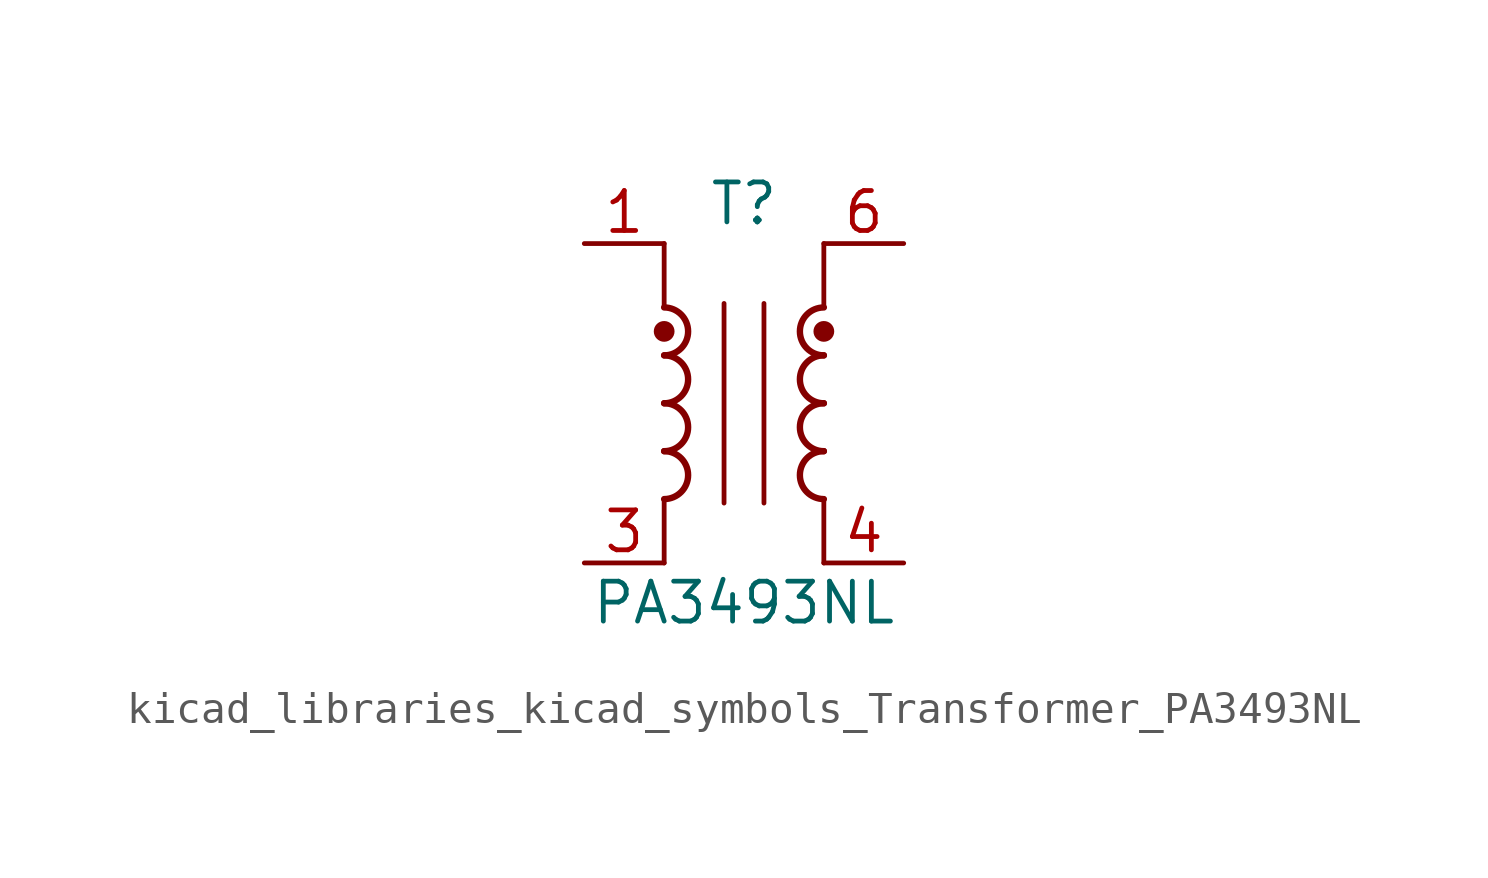
<source format=kicad_sym>
(kicad_symbol_lib
  (version 20220914)
  (generator kicad_symbol_editor)
  (symbol "kicad_libraries_kicad_symbols_Transformer_PA3493NL"
    (pin_names hide)
    (property "Reference" "T"
      (at 0 6.35 0)
      (effects (font (size 1.27 1.27))))
    (property "Value" "PA3493NL"
      (at 0 -6.35 0)
      (effects (font (size 1.27 1.27))))
    (symbol "kicad_libraries_kicad_symbols_Transformer_PA3493NL_0_1"
      (arc (start -2.54 -3.048) (mid -1.7813 -2.286) (end -2.54 -1.524) (stroke (width 0.2032) (type default)) (fill (type none)))
      (arc (start -2.54 -1.524) (mid -1.7813 -0.762) (end -2.54 0) (stroke (width 0.2032) (type default)) (fill (type none)))
      (arc (start -2.54 0) (mid -1.7813 0.762) (end -2.54 1.524) (stroke (width 0.2032) (type default)) (fill (type none)))
      (circle (center -2.54 2.286) (radius 0.254) (stroke (width 0) (type default)) (fill (type outline)))
      (polyline (pts (xy -2.54 -3.048) (xy -2.54 -5.08)) (stroke (width 0) (type default)) (fill (type none)))
      (polyline (pts (xy -2.54 5.08) (xy -2.54 3.048)) (stroke (width 0) (type default)) (fill (type none)))
      (polyline (pts (xy -0.635 3.175) (xy -0.635 -3.175)) (stroke (width 0) (type default)) (fill (type none)))
      (polyline (pts (xy 0.635 3.175) (xy 0.635 -3.175)) (stroke (width 0) (type default)) (fill (type none)))
      (polyline (pts (xy 2.54 -3.048) (xy 2.54 -5.08)) (stroke (width 0) (type default)) (fill (type none)))
      (polyline (pts (xy 2.54 5.08) (xy 2.54 3.048)) (stroke (width 0) (type default)) (fill (type none)))
      (arc (start 2.54 -1.524) (mid 1.7813 -2.286) (end 2.54 -3.048) (stroke (width 0.2032) (type default)) (fill (type none)))
      (arc (start 2.54 0) (mid 1.7813 -0.762) (end 2.54 -1.524) (stroke (width 0.2032) (type default)) (fill (type none)))
      (arc (start 2.54 1.524) (mid 1.7813 0.762) (end 2.54 0) (stroke (width 0.2032) (type default)) (fill (type none)))
      (circle (center 2.54 2.286) (radius 0.254) (stroke (width 0) (type default)) (fill (type outline)))
      (arc (start 2.54 3.048) (mid 1.7813 2.286) (end 2.54 1.524) (stroke (width 0.2032) (type default)) (fill (type none))))
    (symbol "kicad_libraries_kicad_symbols_Transformer_PA3493NL_1_1"
      (arc (start -2.54 1.524) (mid -1.7813 2.286) (end -2.54 3.048) (stroke (width 0.2032) (type default)) (fill (type none)))
      (pin passive line (at -5.08 5.08 0) (length 2.54) (name "~" (effects (font (size 1.27 1.27)))) (number "1" (effects (font (size 1.27 1.27)))))
      (pin passive line (at -5.08 -5.08 0) (length 2.54) (name "~" (effects (font (size 1.27 1.27)))) (number "3" (effects (font (size 1.27 1.27)))))
      (pin passive line (at 5.08 -5.08 180) (length 2.54) (name "~" (effects (font (size 1.27 1.27)))) (number "4" (effects (font (size 1.27 1.27)))))
      (pin passive line (at 5.08 5.08 180) (length 2.54) (name "~" (effects (font (size 1.27 1.27)))) (number "6" (effects (font (size 1.27 1.27))))))))
</source>
